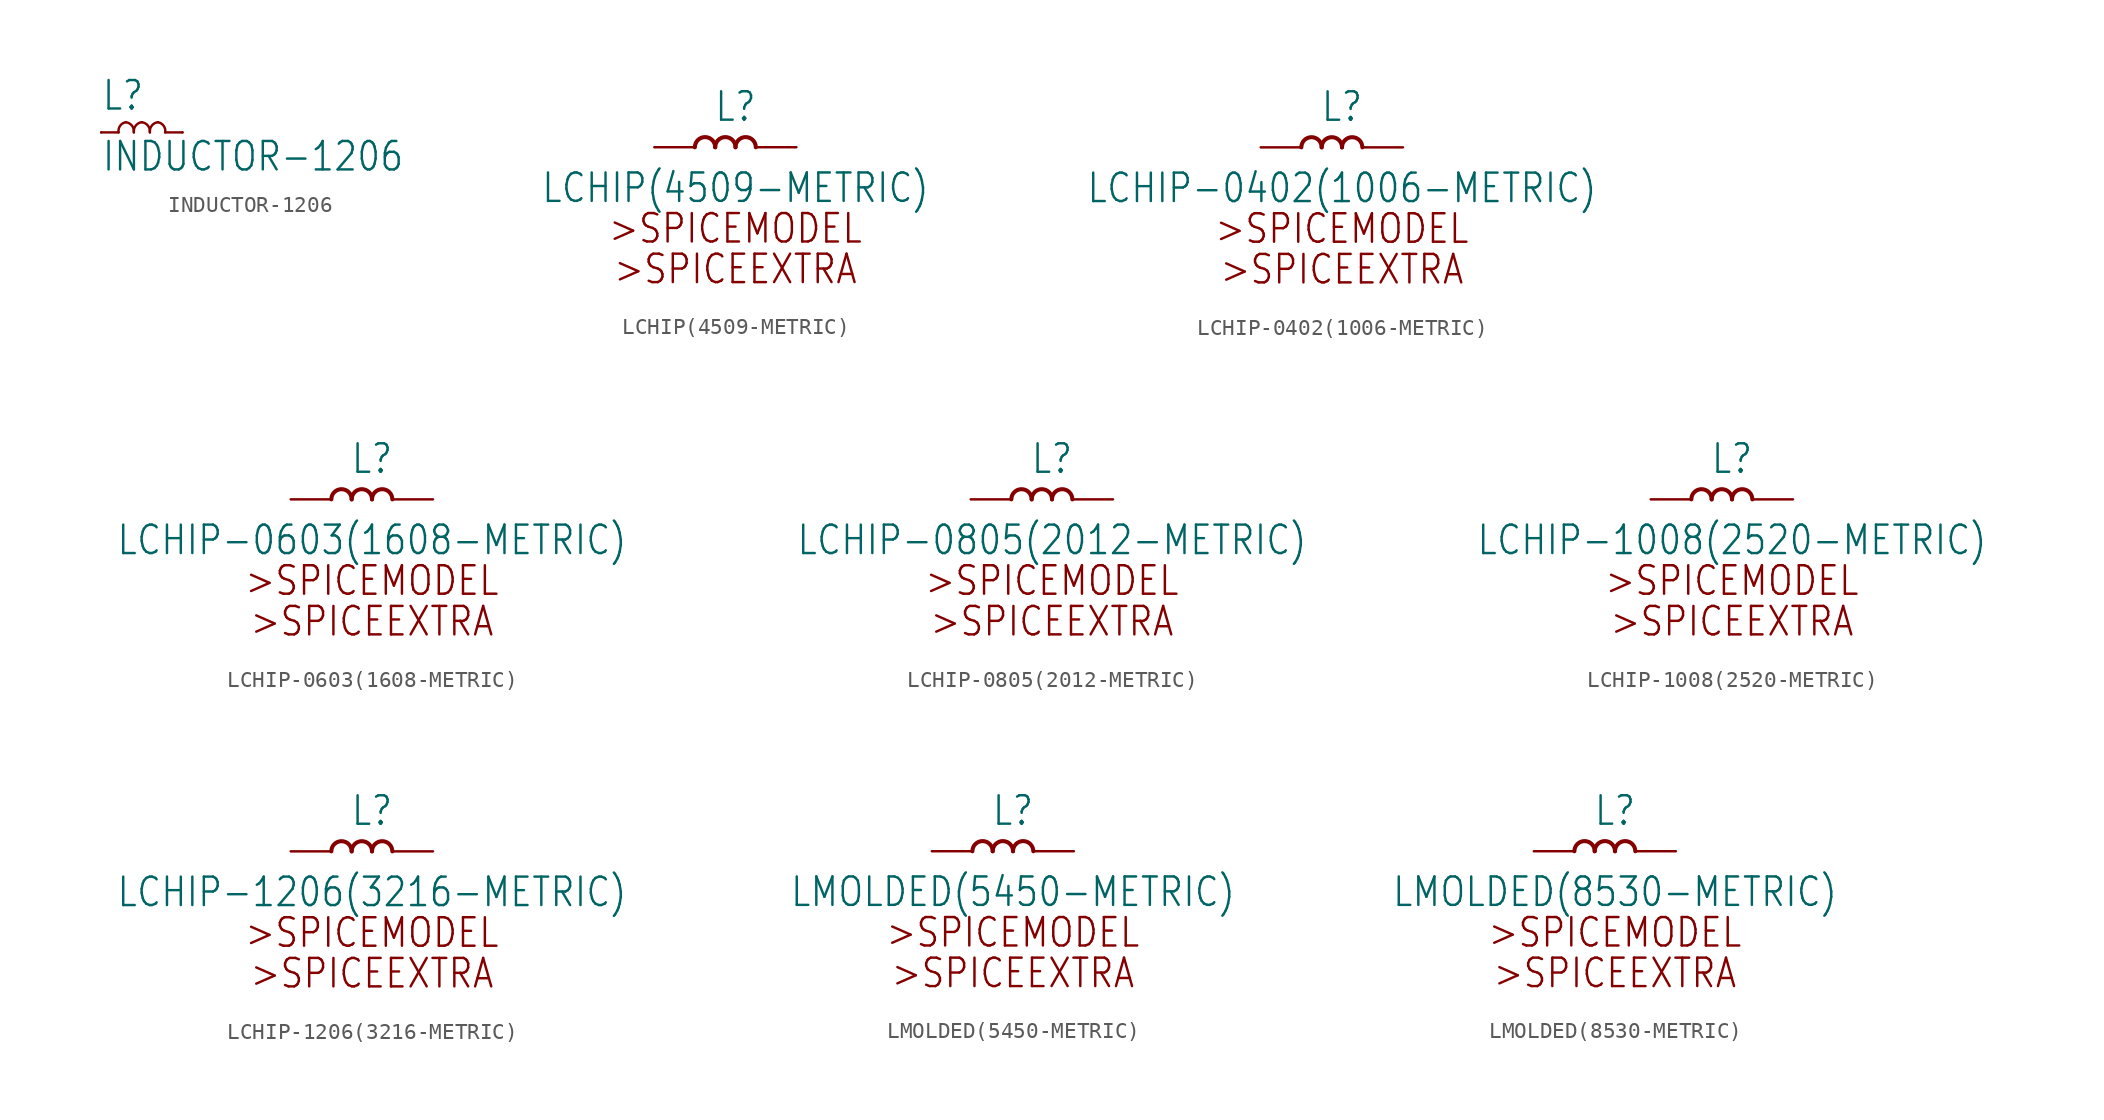
<source format=kicad_sym>
(kicad_symbol_lib
  (version 20211014)
  (generator kicad_symbol_editor)
  (symbol "INDUCTOR-1206"
    (property "Reference" "L"
      (at -2.54 1.27 0)
      (effects (font (size 1.778 1.511)) (justify left bottom)))
    (property "Value" "INDUCTOR-1206"
      (at -2.54 -2.54 0)
      (effects (font (size 1.778 1.511)) (justify left bottom)))
    (property "ki_locked" ""
      (at 0 0 0)
      (effects (font (size 1.27 1.27))))
    (symbol "INDUCTOR-1206_1_0"
      (arc (start -1.0033 0.635) (mid -1.3602 0.4109) (end -1.4541 0) (stroke (width 0.1524) (type default) (color 0 0 0 0)) (fill (type none)))
      (arc (start -0.5016 0) (mid -0.621 0.4214) (end -1.0033 0.635) (stroke (width 0.1524) (type default) (color 0 0 0 0)) (fill (type none)))
      (polyline (pts (xy -2.54 0) (xy -1.454 0)) (stroke (width 0.152) (type default) (color 0 0 0 0)) (fill (type none)))
      (polyline (pts (xy 1.454 0) (xy 2.54 0)) (stroke (width 0.152) (type default) (color 0 0 0 0)) (fill (type none)))
      (arc (start 0 0.635) (mid -0.3822 0.4213) (end -0.5016 0) (stroke (width 0.1524) (type default) (color 0 0 0 0)) (fill (type none)))
      (arc (start 0.5016 0) (mid 0.3823 0.4213) (end 0 0.635) (stroke (width 0.1524) (type default) (color 0 0 0 0)) (fill (type none)))
      (arc (start 1.0033 0.635) (mid 0.621 0.4214) (end 0.5016 0) (stroke (width 0.1524) (type default) (color 0 0 0 0)) (fill (type none)))
      (arc (start 1.4541 0) (mid 1.3602 0.4109) (end 1.0033 0.635) (stroke (width 0.1524) (type default) (color 0 0 0 0)) (fill (type none)))
      (pin passive line (at -2.54 0 0) (length 0) (name "1" (effects (font (size 0 0)))) (number "1" (effects (font (size 0 0)))))
      (pin passive line (at 2.54 0 180) (length 0) (name "2" (effects (font (size 0 0)))) (number "2" (effects (font (size 0 0)))))))
  (symbol "LCHIP(4509-METRIC)"
    (property "Reference" "L"
      (at 0 2.54 0)
      (effects (font (size 1.778 1.511))))
    (property "Value" "LCHIP(4509-METRIC)"
      (at 0 -2.54 0)
      (effects (font (size 1.778 1.511))))
    (property "ki_locked" ""
      (at 0 0 0)
      (effects (font (size 1.27 1.27))))
    (symbol "LCHIP(4509-METRIC)_1_0"
      (arc (start -1.27 0) (mid -1.905 0.635) (end -2.54 0) (stroke (width 0.254) (type default) (color 0 0 0 0)) (fill (type none)))
      (arc (start 0 0) (mid -0.635 0.635) (end -1.27 0) (stroke (width 0.254) (type default) (color 0 0 0 0)) (fill (type none)))
      (arc (start 1.27 0) (mid 0.635 0.635) (end 0 0) (stroke (width 0.254) (type default) (color 0 0 0 0)) (fill (type none)))
      (text ">SPICEEXTRA" (at 0 -7.62 0) (effects (font (size 1.778 1.511))))
      (text ">SPICEMODEL" (at 0 -5.08 0) (effects (font (size 1.778 1.511))))
      (pin passive line (at -5.08 0 0) (length 2.54) (name "1" (effects (font (size 0 0)))) (number "1" (effects (font (size 0 0)))))
      (pin passive line (at 3.81 0 180) (length 2.54) (name "2" (effects (font (size 0 0)))) (number "2" (effects (font (size 0 0)))))))
  (symbol "LCHIP-0402(1006-METRIC)"
    (property "Reference" "L"
      (at 0 2.54 0)
      (effects (font (size 1.778 1.511))))
    (property "Value" "LCHIP-0402(1006-METRIC)"
      (at 0 -2.54 0)
      (effects (font (size 1.778 1.511))))
    (property "ki_locked" ""
      (at 0 0 0)
      (effects (font (size 1.27 1.27))))
    (symbol "LCHIP-0402(1006-METRIC)_1_0"
      (arc (start -1.27 0) (mid -1.905 0.635) (end -2.54 0) (stroke (width 0.254) (type default) (color 0 0 0 0)) (fill (type none)))
      (arc (start 0 0) (mid -0.635 0.635) (end -1.27 0) (stroke (width 0.254) (type default) (color 0 0 0 0)) (fill (type none)))
      (arc (start 1.27 0) (mid 0.635 0.635) (end 0 0) (stroke (width 0.254) (type default) (color 0 0 0 0)) (fill (type none)))
      (text ">SPICEEXTRA" (at 0 -7.62 0) (effects (font (size 1.778 1.511))))
      (text ">SPICEMODEL" (at 0 -5.08 0) (effects (font (size 1.778 1.511))))
      (pin passive line (at -5.08 0 0) (length 2.54) (name "1" (effects (font (size 0 0)))) (number "1" (effects (font (size 0 0)))))
      (pin passive line (at 3.81 0 180) (length 2.54) (name "2" (effects (font (size 0 0)))) (number "2" (effects (font (size 0 0)))))))
  (symbol "LCHIP-0603(1608-METRIC)"
    (property "Reference" "L"
      (at 0 2.54 0)
      (effects (font (size 1.778 1.511))))
    (property "Value" "LCHIP-0603(1608-METRIC)"
      (at 0 -2.54 0)
      (effects (font (size 1.778 1.511))))
    (property "ki_locked" ""
      (at 0 0 0)
      (effects (font (size 1.27 1.27))))
    (symbol "LCHIP-0603(1608-METRIC)_1_0"
      (arc (start -1.27 0) (mid -1.905 0.635) (end -2.54 0) (stroke (width 0.254) (type default) (color 0 0 0 0)) (fill (type none)))
      (arc (start 0 0) (mid -0.635 0.635) (end -1.27 0) (stroke (width 0.254) (type default) (color 0 0 0 0)) (fill (type none)))
      (arc (start 1.27 0) (mid 0.635 0.635) (end 0 0) (stroke (width 0.254) (type default) (color 0 0 0 0)) (fill (type none)))
      (text ">SPICEEXTRA" (at 0 -7.62 0) (effects (font (size 1.778 1.511))))
      (text ">SPICEMODEL" (at 0 -5.08 0) (effects (font (size 1.778 1.511))))
      (pin passive line (at -5.08 0 0) (length 2.54) (name "1" (effects (font (size 0 0)))) (number "1" (effects (font (size 0 0)))))
      (pin passive line (at 3.81 0 180) (length 2.54) (name "2" (effects (font (size 0 0)))) (number "2" (effects (font (size 0 0)))))))
  (symbol "LCHIP-0805(2012-METRIC)"
    (property "Reference" "L"
      (at 0 2.54 0)
      (effects (font (size 1.778 1.511))))
    (property "Value" "LCHIP-0805(2012-METRIC)"
      (at 0 -2.54 0)
      (effects (font (size 1.778 1.511))))
    (property "ki_locked" ""
      (at 0 0 0)
      (effects (font (size 1.27 1.27))))
    (symbol "LCHIP-0805(2012-METRIC)_1_0"
      (arc (start -1.27 0) (mid -1.905 0.635) (end -2.54 0) (stroke (width 0.254) (type default) (color 0 0 0 0)) (fill (type none)))
      (arc (start 0 0) (mid -0.635 0.635) (end -1.27 0) (stroke (width 0.254) (type default) (color 0 0 0 0)) (fill (type none)))
      (arc (start 1.27 0) (mid 0.635 0.635) (end 0 0) (stroke (width 0.254) (type default) (color 0 0 0 0)) (fill (type none)))
      (text ">SPICEEXTRA" (at 0 -7.62 0) (effects (font (size 1.778 1.511))))
      (text ">SPICEMODEL" (at 0 -5.08 0) (effects (font (size 1.778 1.511))))
      (pin passive line (at -5.08 0 0) (length 2.54) (name "1" (effects (font (size 0 0)))) (number "1" (effects (font (size 0 0)))))
      (pin passive line (at 3.81 0 180) (length 2.54) (name "2" (effects (font (size 0 0)))) (number "2" (effects (font (size 0 0)))))))
  (symbol "LCHIP-1008(2520-METRIC)"
    (property "Reference" "L"
      (at 0 2.54 0)
      (effects (font (size 1.778 1.511))))
    (property "Value" "LCHIP-1008(2520-METRIC)"
      (at 0 -2.54 0)
      (effects (font (size 1.778 1.511))))
    (property "ki_locked" ""
      (at 0 0 0)
      (effects (font (size 1.27 1.27))))
    (symbol "LCHIP-1008(2520-METRIC)_1_0"
      (arc (start -1.27 0) (mid -1.905 0.635) (end -2.54 0) (stroke (width 0.254) (type default) (color 0 0 0 0)) (fill (type none)))
      (arc (start 0 0) (mid -0.635 0.635) (end -1.27 0) (stroke (width 0.254) (type default) (color 0 0 0 0)) (fill (type none)))
      (arc (start 1.27 0) (mid 0.635 0.635) (end 0 0) (stroke (width 0.254) (type default) (color 0 0 0 0)) (fill (type none)))
      (text ">SPICEEXTRA" (at 0 -7.62 0) (effects (font (size 1.778 1.511))))
      (text ">SPICEMODEL" (at 0 -5.08 0) (effects (font (size 1.778 1.511))))
      (pin passive line (at -5.08 0 0) (length 2.54) (name "1" (effects (font (size 0 0)))) (number "1" (effects (font (size 0 0)))))
      (pin passive line (at 3.81 0 180) (length 2.54) (name "2" (effects (font (size 0 0)))) (number "2" (effects (font (size 0 0)))))))
  (symbol "LCHIP-1206(3216-METRIC)"
    (property "Reference" "L"
      (at 0 2.54 0)
      (effects (font (size 1.778 1.511))))
    (property "Value" "LCHIP-1206(3216-METRIC)"
      (at 0 -2.54 0)
      (effects (font (size 1.778 1.511))))
    (property "ki_locked" ""
      (at 0 0 0)
      (effects (font (size 1.27 1.27))))
    (symbol "LCHIP-1206(3216-METRIC)_1_0"
      (arc (start -1.27 0) (mid -1.905 0.635) (end -2.54 0) (stroke (width 0.254) (type default) (color 0 0 0 0)) (fill (type none)))
      (arc (start 0 0) (mid -0.635 0.635) (end -1.27 0) (stroke (width 0.254) (type default) (color 0 0 0 0)) (fill (type none)))
      (arc (start 1.27 0) (mid 0.635 0.635) (end 0 0) (stroke (width 0.254) (type default) (color 0 0 0 0)) (fill (type none)))
      (text ">SPICEEXTRA" (at 0 -7.62 0) (effects (font (size 1.778 1.511))))
      (text ">SPICEMODEL" (at 0 -5.08 0) (effects (font (size 1.778 1.511))))
      (pin passive line (at -5.08 0 0) (length 2.54) (name "1" (effects (font (size 0 0)))) (number "1" (effects (font (size 0 0)))))
      (pin passive line (at 3.81 0 180) (length 2.54) (name "2" (effects (font (size 0 0)))) (number "2" (effects (font (size 0 0)))))))
  (symbol "LMOLDED(5450-METRIC)"
    (property "Reference" "L"
      (at 0 2.54 0)
      (effects (font (size 1.778 1.511))))
    (property "Value" "LMOLDED(5450-METRIC)"
      (at 0 -2.54 0)
      (effects (font (size 1.778 1.511))))
    (property "ki_locked" ""
      (at 0 0 0)
      (effects (font (size 1.27 1.27))))
    (symbol "LMOLDED(5450-METRIC)_1_0"
      (arc (start -1.27 0) (mid -1.905 0.635) (end -2.54 0) (stroke (width 0.254) (type default) (color 0 0 0 0)) (fill (type none)))
      (arc (start 0 0) (mid -0.635 0.635) (end -1.27 0) (stroke (width 0.254) (type default) (color 0 0 0 0)) (fill (type none)))
      (arc (start 1.27 0) (mid 0.635 0.635) (end 0 0) (stroke (width 0.254) (type default) (color 0 0 0 0)) (fill (type none)))
      (text ">SPICEEXTRA" (at 0 -7.62 0) (effects (font (size 1.778 1.511))))
      (text ">SPICEMODEL" (at 0 -5.08 0) (effects (font (size 1.778 1.511))))
      (pin passive line (at -5.08 0 0) (length 2.54) (name "1" (effects (font (size 0 0)))) (number "1" (effects (font (size 0 0)))))
      (pin passive line (at 3.81 0 180) (length 2.54) (name "2" (effects (font (size 0 0)))) (number "2" (effects (font (size 0 0)))))))
  (symbol "LMOLDED(8530-METRIC)"
    (property "Reference" "L"
      (at 0 2.54 0)
      (effects (font (size 1.778 1.511))))
    (property "Value" "LMOLDED(8530-METRIC)"
      (at 0 -2.54 0)
      (effects (font (size 1.778 1.511))))
    (property "ki_locked" ""
      (at 0 0 0)
      (effects (font (size 1.27 1.27))))
    (symbol "LMOLDED(8530-METRIC)_1_0"
      (arc (start -1.27 0) (mid -1.905 0.635) (end -2.54 0) (stroke (width 0.254) (type default) (color 0 0 0 0)) (fill (type none)))
      (arc (start 0 0) (mid -0.635 0.635) (end -1.27 0) (stroke (width 0.254) (type default) (color 0 0 0 0)) (fill (type none)))
      (arc (start 1.27 0) (mid 0.635 0.635) (end 0 0) (stroke (width 0.254) (type default) (color 0 0 0 0)) (fill (type none)))
      (text ">SPICEEXTRA" (at 0 -7.62 0) (effects (font (size 1.778 1.511))))
      (text ">SPICEMODEL" (at 0 -5.08 0) (effects (font (size 1.778 1.511))))
      (pin passive line (at -5.08 0 0) (length 2.54) (name "1" (effects (font (size 0 0)))) (number "1" (effects (font (size 0 0)))))
      (pin passive line (at 3.81 0 180) (length 2.54) (name "2" (effects (font (size 0 0)))) (number "2" (effects (font (size 0 0))))))))
</source>
